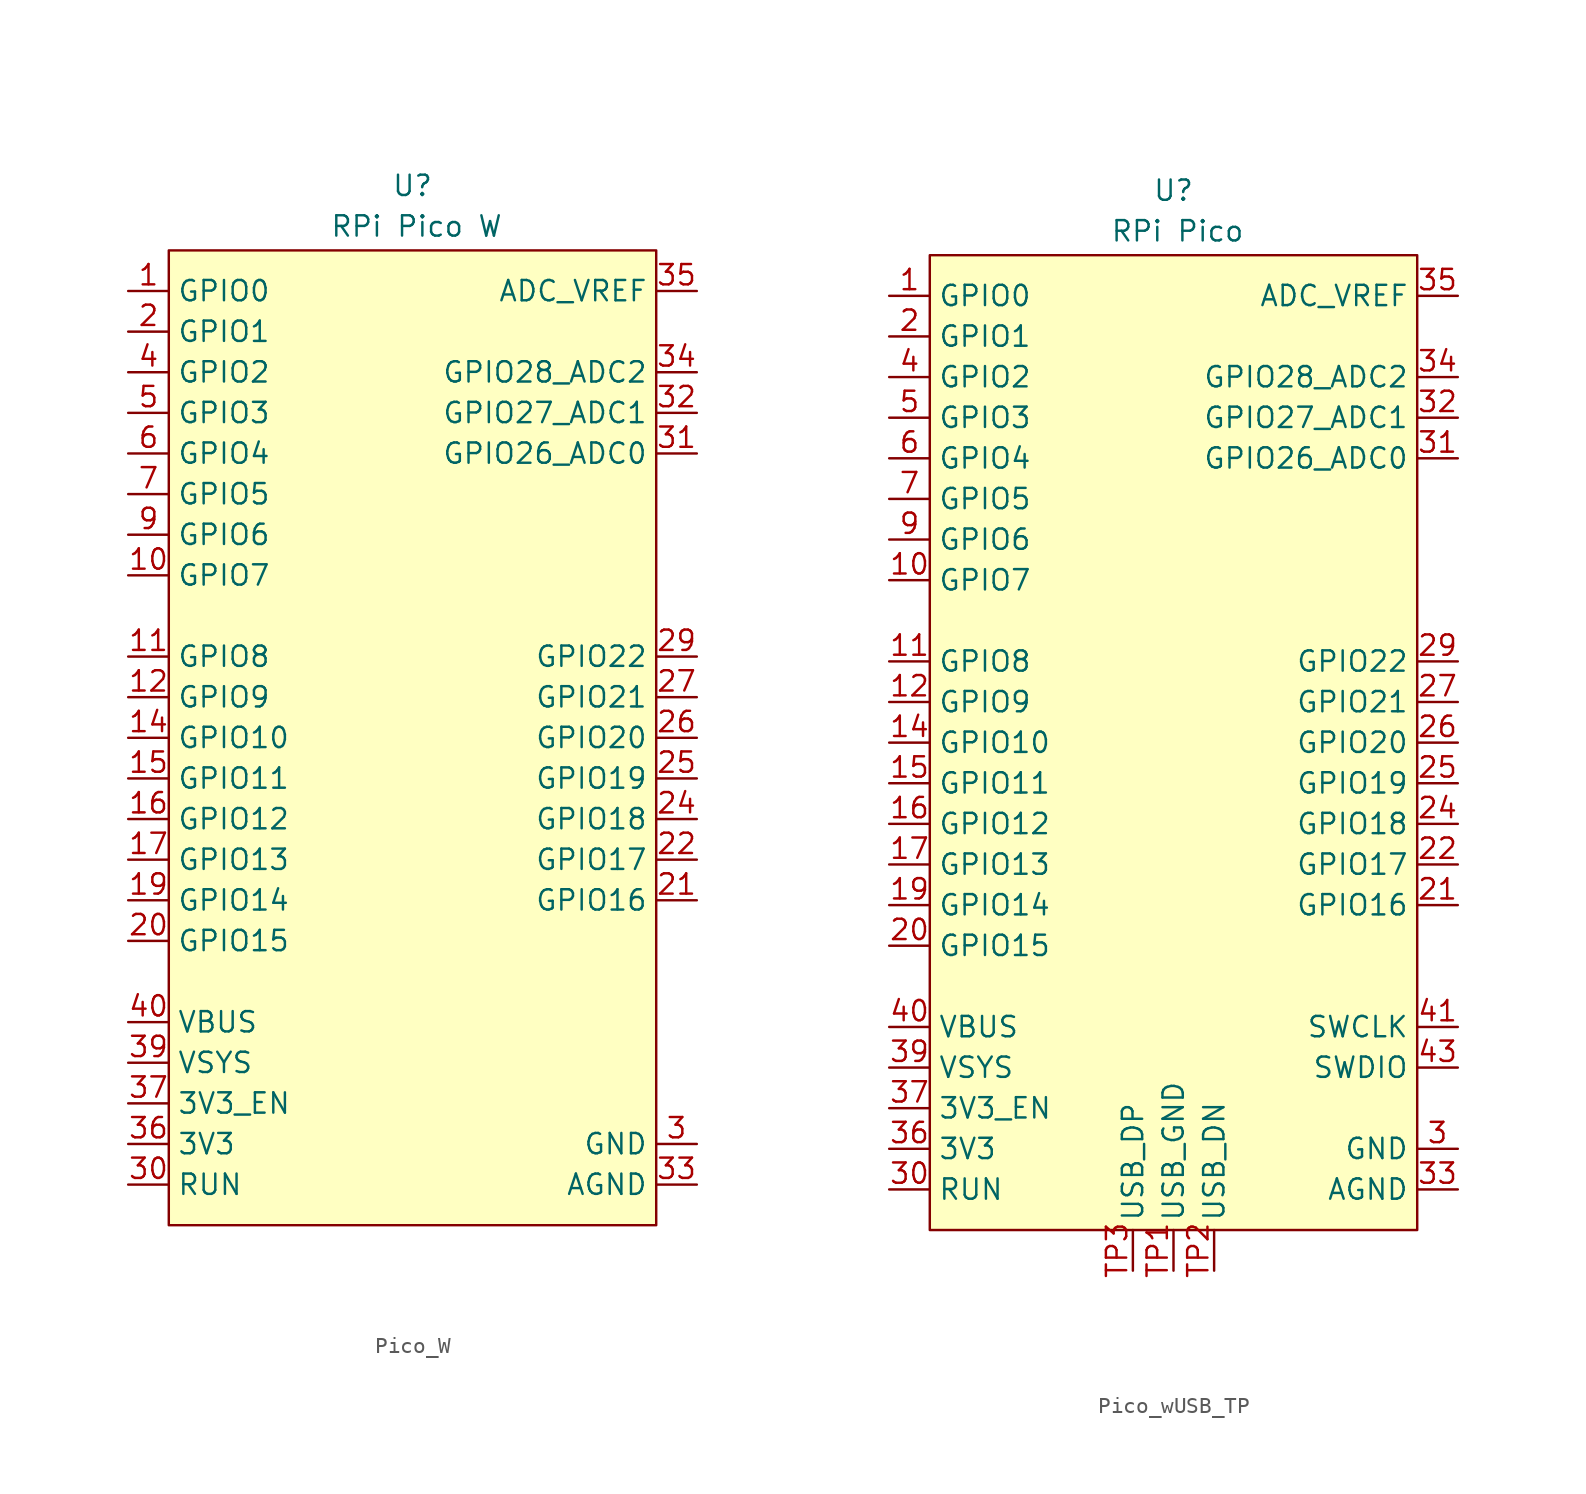
<source format=kicad_sym>
(kicad_symbol_lib
  (version 20241209)
  (generator "kicad_symbol_editor")
  (generator_version "9.0")
  (symbol "Pico_W"
    (property "Reference" "U"
      (at 0 29.972 0)
      (effects (font (size 1.27 1.27)) (justify bottom)))
    (property "Value" "RPi Pico W"
      (at 0.254 27.432 0)
      (effects (font (size 1.27 1.27)) (justify bottom)))
    (symbol "Pico_W_0_1"
      (rectangle (start -15.24 26.67) (end 15.24 -34.29) (stroke (width 0) (type default)) (fill (type background))))
    (symbol "Pico_W_1_1"
      (pin bidirectional line (at -17.78 24.13 0) (length 2.54) (name "GPIO0" (effects (font (size 1.27 1.27)))) (number "1" (effects (font (size 1.27 1.27)))))
      (pin bidirectional line (at -17.78 21.59 0) (length 2.54) (name "GPIO1" (effects (font (size 1.27 1.27)))) (number "2" (effects (font (size 1.27 1.27)))))
      (pin bidirectional line (at -17.78 19.05 0) (length 2.54) (name "GPIO2" (effects (font (size 1.27 1.27)))) (number "4" (effects (font (size 1.27 1.27)))))
      (pin bidirectional line (at -17.78 16.51 0) (length 2.54) (name "GPIO3" (effects (font (size 1.27 1.27)))) (number "5" (effects (font (size 1.27 1.27)))))
      (pin bidirectional line (at -17.78 13.97 0) (length 2.54) (name "GPIO4" (effects (font (size 1.27 1.27)))) (number "6" (effects (font (size 1.27 1.27)))))
      (pin bidirectional line (at -17.78 11.43 0) (length 2.54) (name "GPIO5" (effects (font (size 1.27 1.27)))) (number "7" (effects (font (size 1.27 1.27)))))
      (pin bidirectional line (at -17.78 8.89 0) (length 2.54) (name "GPIO6" (effects (font (size 1.27 1.27)))) (number "9" (effects (font (size 1.27 1.27)))))
      (pin bidirectional line (at -17.78 6.35 0) (length 2.54) (name "GPIO7" (effects (font (size 1.27 1.27)))) (number "10" (effects (font (size 1.27 1.27)))))
      (pin bidirectional line (at -17.78 1.27 0) (length 2.54) (name "GPIO8" (effects (font (size 1.27 1.27)))) (number "11" (effects (font (size 1.27 1.27)))))
      (pin bidirectional line (at -17.78 -1.27 0) (length 2.54) (name "GPIO9" (effects (font (size 1.27 1.27)))) (number "12" (effects (font (size 1.27 1.27)))))
      (pin bidirectional line (at -17.78 -3.81 0) (length 2.54) (name "GPIO10" (effects (font (size 1.27 1.27)))) (number "14" (effects (font (size 1.27 1.27)))))
      (pin bidirectional line (at -17.78 -6.35 0) (length 2.54) (name "GPIO11" (effects (font (size 1.27 1.27)))) (number "15" (effects (font (size 1.27 1.27)))))
      (pin bidirectional line (at -17.78 -8.89 0) (length 2.54) (name "GPIO12" (effects (font (size 1.27 1.27)))) (number "16" (effects (font (size 1.27 1.27)))))
      (pin bidirectional line (at -17.78 -11.43 0) (length 2.54) (name "GPIO13" (effects (font (size 1.27 1.27)))) (number "17" (effects (font (size 1.27 1.27)))))
      (pin bidirectional line (at -17.78 -13.97 0) (length 2.54) (name "GPIO14" (effects (font (size 1.27 1.27)))) (number "19" (effects (font (size 1.27 1.27)))))
      (pin bidirectional line (at -17.78 -16.51 0) (length 2.54) (name "GPIO15" (effects (font (size 1.27 1.27)))) (number "20" (effects (font (size 1.27 1.27)))))
      (pin power_in line (at -17.78 -21.59 0) (length 2.54) (name "VBUS" (effects (font (size 1.27 1.27)))) (number "40" (effects (font (size 1.27 1.27)))))
      (pin power_in line (at -17.78 -24.13 0) (length 2.54) (name "VSYS" (effects (font (size 1.27 1.27)))) (number "39" (effects (font (size 1.27 1.27)))))
      (pin input line (at -17.78 -26.67 0) (length 2.54) (name "3V3_EN" (effects (font (size 1.27 1.27)))) (number "37" (effects (font (size 1.27 1.27)))))
      (pin power_in line (at -17.78 -29.21 0) (length 2.54) (name "3V3" (effects (font (size 1.27 1.27)))) (number "36" (effects (font (size 1.27 1.27)))))
      (pin input line (at -17.78 -31.75 0) (length 2.54) (name "RUN" (effects (font (size 1.27 1.27)))) (number "30" (effects (font (size 1.27 1.27)))))
      (pin input line (at 17.78 24.13 180) (length 2.54) (name "ADC_VREF" (effects (font (size 1.27 1.27)))) (number "35" (effects (font (size 1.27 1.27)))))
      (pin bidirectional line (at 17.78 19.05 180) (length 2.54) (name "GPIO28_ADC2" (effects (font (size 1.27 1.27)))) (number "34" (effects (font (size 1.27 1.27)))))
      (pin bidirectional line (at 17.78 16.51 180) (length 2.54) (name "GPIO27_ADC1" (effects (font (size 1.27 1.27)))) (number "32" (effects (font (size 1.27 1.27)))))
      (pin bidirectional line (at 17.78 13.97 180) (length 2.54) (name "GPIO26_ADC0" (effects (font (size 1.27 1.27)))) (number "31" (effects (font (size 1.27 1.27)))))
      (pin bidirectional line (at 17.78 1.27 180) (length 2.54) (name "GPIO22" (effects (font (size 1.27 1.27)))) (number "29" (effects (font (size 1.27 1.27)))))
      (pin bidirectional line (at 17.78 -1.27 180) (length 2.54) (name "GPIO21" (effects (font (size 1.27 1.27)))) (number "27" (effects (font (size 1.27 1.27)))))
      (pin bidirectional line (at 17.78 -3.81 180) (length 2.54) (name "GPIO20" (effects (font (size 1.27 1.27)))) (number "26" (effects (font (size 1.27 1.27)))))
      (pin bidirectional line (at 17.78 -6.35 180) (length 2.54) (name "GPIO19" (effects (font (size 1.27 1.27)))) (number "25" (effects (font (size 1.27 1.27)))))
      (pin bidirectional line (at 17.78 -8.89 180) (length 2.54) (name "GPIO18" (effects (font (size 1.27 1.27)))) (number "24" (effects (font (size 1.27 1.27)))))
      (pin bidirectional line (at 17.78 -11.43 180) (length 2.54) (name "GPIO17" (effects (font (size 1.27 1.27)))) (number "22" (effects (font (size 1.27 1.27)))))
      (pin bidirectional line (at 17.78 -13.97 180) (length 2.54) (name "GPIO16" (effects (font (size 1.27 1.27)))) (number "21" (effects (font (size 1.27 1.27)))))
      (pin passive line (at 17.78 -29.21 180) (length 2.54) (hide yes) (name "GND" (effects (font (size 1.27 1.27)))) (number "13" (effects (font (size 1.27 1.27)))))
      (pin passive line (at 17.78 -29.21 180) (length 2.54) (hide yes) (name "GND" (effects (font (size 1.27 1.27)))) (number "18" (effects (font (size 1.27 1.27)))))
      (pin passive line (at 17.78 -29.21 180) (length 2.54) (hide yes) (name "GND" (effects (font (size 1.27 1.27)))) (number "23" (effects (font (size 1.27 1.27)))))
      (pin passive line (at 17.78 -29.21 180) (length 2.54) (hide yes) (name "GND" (effects (font (size 1.27 1.27)))) (number "28" (effects (font (size 1.27 1.27)))))
      (pin passive line (at 17.78 -29.21 180) (length 2.54) (name "GND" (effects (font (size 1.27 1.27)))) (number "3" (effects (font (size 1.27 1.27)))))
      (pin passive line (at 17.78 -29.21 180) (length 2.54) (hide yes) (name "GND" (effects (font (size 1.27 1.27)))) (number "38" (effects (font (size 1.27 1.27)))))
      (pin passive line (at 17.78 -29.21 180) (length 2.54) (hide yes) (name "GND" (effects (font (size 1.27 1.27)))) (number "8" (effects (font (size 1.27 1.27)))))
      (pin passive line (at 17.78 -31.75 180) (length 2.54) (name "AGND" (effects (font (size 1.27 1.27)))) (number "33" (effects (font (size 1.27 1.27)))))))
  (symbol "Pico_wUSB_TP"
    (property "Reference" "U"
      (at 0 29.972 0)
      (effects (font (size 1.27 1.27)) (justify bottom)))
    (property "Value" "RPi Pico"
      (at 0.254 27.432 0)
      (effects (font (size 1.27 1.27)) (justify bottom)))
    (symbol "Pico_wUSB_TP_0_1"
      (rectangle (start -15.24 26.67) (end 15.24 -34.29) (stroke (width 0) (type default)) (fill (type background))))
    (symbol "Pico_wUSB_TP_1_1"
      (pin bidirectional line (at -17.78 24.13 0) (length 2.54) (name "GPIO0" (effects (font (size 1.27 1.27)))) (number "1" (effects (font (size 1.27 1.27)))))
      (pin bidirectional line (at -17.78 21.59 0) (length 2.54) (name "GPIO1" (effects (font (size 1.27 1.27)))) (number "2" (effects (font (size 1.27 1.27)))))
      (pin bidirectional line (at -17.78 19.05 0) (length 2.54) (name "GPIO2" (effects (font (size 1.27 1.27)))) (number "4" (effects (font (size 1.27 1.27)))))
      (pin bidirectional line (at -17.78 16.51 0) (length 2.54) (name "GPIO3" (effects (font (size 1.27 1.27)))) (number "5" (effects (font (size 1.27 1.27)))))
      (pin bidirectional line (at -17.78 13.97 0) (length 2.54) (name "GPIO4" (effects (font (size 1.27 1.27)))) (number "6" (effects (font (size 1.27 1.27)))))
      (pin bidirectional line (at -17.78 11.43 0) (length 2.54) (name "GPIO5" (effects (font (size 1.27 1.27)))) (number "7" (effects (font (size 1.27 1.27)))))
      (pin bidirectional line (at -17.78 8.89 0) (length 2.54) (name "GPIO6" (effects (font (size 1.27 1.27)))) (number "9" (effects (font (size 1.27 1.27)))))
      (pin bidirectional line (at -17.78 6.35 0) (length 2.54) (name "GPIO7" (effects (font (size 1.27 1.27)))) (number "10" (effects (font (size 1.27 1.27)))))
      (pin bidirectional line (at -17.78 1.27 0) (length 2.54) (name "GPIO8" (effects (font (size 1.27 1.27)))) (number "11" (effects (font (size 1.27 1.27)))))
      (pin bidirectional line (at -17.78 -1.27 0) (length 2.54) (name "GPIO9" (effects (font (size 1.27 1.27)))) (number "12" (effects (font (size 1.27 1.27)))))
      (pin bidirectional line (at -17.78 -3.81 0) (length 2.54) (name "GPIO10" (effects (font (size 1.27 1.27)))) (number "14" (effects (font (size 1.27 1.27)))))
      (pin bidirectional line (at -17.78 -6.35 0) (length 2.54) (name "GPIO11" (effects (font (size 1.27 1.27)))) (number "15" (effects (font (size 1.27 1.27)))))
      (pin bidirectional line (at -17.78 -8.89 0) (length 2.54) (name "GPIO12" (effects (font (size 1.27 1.27)))) (number "16" (effects (font (size 1.27 1.27)))))
      (pin bidirectional line (at -17.78 -11.43 0) (length 2.54) (name "GPIO13" (effects (font (size 1.27 1.27)))) (number "17" (effects (font (size 1.27 1.27)))))
      (pin bidirectional line (at -17.78 -13.97 0) (length 2.54) (name "GPIO14" (effects (font (size 1.27 1.27)))) (number "19" (effects (font (size 1.27 1.27)))))
      (pin bidirectional line (at -17.78 -16.51 0) (length 2.54) (name "GPIO15" (effects (font (size 1.27 1.27)))) (number "20" (effects (font (size 1.27 1.27)))))
      (pin power_in line (at -17.78 -21.59 0) (length 2.54) (name "VBUS" (effects (font (size 1.27 1.27)))) (number "40" (effects (font (size 1.27 1.27)))))
      (pin power_in line (at -17.78 -24.13 0) (length 2.54) (name "VSYS" (effects (font (size 1.27 1.27)))) (number "39" (effects (font (size 1.27 1.27)))))
      (pin input line (at -17.78 -26.67 0) (length 2.54) (name "3V3_EN" (effects (font (size 1.27 1.27)))) (number "37" (effects (font (size 1.27 1.27)))))
      (pin power_in line (at -17.78 -29.21 0) (length 2.54) (name "3V3" (effects (font (size 1.27 1.27)))) (number "36" (effects (font (size 1.27 1.27)))))
      (pin input line (at -17.78 -31.75 0) (length 2.54) (name "RUN" (effects (font (size 1.27 1.27)))) (number "30" (effects (font (size 1.27 1.27)))))
      (pin bidirectional line (at -2.54 -36.83 90) (length 2.54) (name "USB_DP" (effects (font (size 1.27 1.27)))) (number "TP3" (effects (font (size 1.27 1.27)))))
      (pin passive line (at 0 -36.83 90) (length 2.54) (name "USB_GND" (effects (font (size 1.27 1.27)))) (number "TP1" (effects (font (size 1.27 1.27)))))
      (pin bidirectional line (at 2.54 -36.83 90) (length 2.54) (name "USB_DN" (effects (font (size 1.27 1.27)))) (number "TP2" (effects (font (size 1.27 1.27)))))
      (pin input line (at 17.78 24.13 180) (length 2.54) (name "ADC_VREF" (effects (font (size 1.27 1.27)))) (number "35" (effects (font (size 1.27 1.27)))))
      (pin bidirectional line (at 17.78 19.05 180) (length 2.54) (name "GPIO28_ADC2" (effects (font (size 1.27 1.27)))) (number "34" (effects (font (size 1.27 1.27)))))
      (pin bidirectional line (at 17.78 16.51 180) (length 2.54) (name "GPIO27_ADC1" (effects (font (size 1.27 1.27)))) (number "32" (effects (font (size 1.27 1.27)))))
      (pin bidirectional line (at 17.78 13.97 180) (length 2.54) (name "GPIO26_ADC0" (effects (font (size 1.27 1.27)))) (number "31" (effects (font (size 1.27 1.27)))))
      (pin bidirectional line (at 17.78 1.27 180) (length 2.54) (name "GPIO22" (effects (font (size 1.27 1.27)))) (number "29" (effects (font (size 1.27 1.27)))))
      (pin bidirectional line (at 17.78 -1.27 180) (length 2.54) (name "GPIO21" (effects (font (size 1.27 1.27)))) (number "27" (effects (font (size 1.27 1.27)))))
      (pin bidirectional line (at 17.78 -3.81 180) (length 2.54) (name "GPIO20" (effects (font (size 1.27 1.27)))) (number "26" (effects (font (size 1.27 1.27)))))
      (pin bidirectional line (at 17.78 -6.35 180) (length 2.54) (name "GPIO19" (effects (font (size 1.27 1.27)))) (number "25" (effects (font (size 1.27 1.27)))))
      (pin bidirectional line (at 17.78 -8.89 180) (length 2.54) (name "GPIO18" (effects (font (size 1.27 1.27)))) (number "24" (effects (font (size 1.27 1.27)))))
      (pin bidirectional line (at 17.78 -11.43 180) (length 2.54) (name "GPIO17" (effects (font (size 1.27 1.27)))) (number "22" (effects (font (size 1.27 1.27)))))
      (pin bidirectional line (at 17.78 -13.97 180) (length 2.54) (name "GPIO16" (effects (font (size 1.27 1.27)))) (number "21" (effects (font (size 1.27 1.27)))))
      (pin input line (at 17.78 -21.59 180) (length 2.54) (name "SWCLK" (effects (font (size 1.27 1.27)))) (number "41" (effects (font (size 1.27 1.27)))))
      (pin bidirectional line (at 17.78 -24.13 180) (length 2.54) (name "SWDIO" (effects (font (size 1.27 1.27)))) (number "43" (effects (font (size 1.27 1.27)))))
      (pin passive line (at 17.78 -29.21 180) (length 2.54) (hide yes) (name "GND" (effects (font (size 1.27 1.27)))) (number "13" (effects (font (size 1.27 1.27)))))
      (pin passive line (at 17.78 -29.21 180) (length 2.54) (hide yes) (name "GND" (effects (font (size 1.27 1.27)))) (number "18" (effects (font (size 1.27 1.27)))))
      (pin passive line (at 17.78 -29.21 180) (length 2.54) (hide yes) (name "GND" (effects (font (size 1.27 1.27)))) (number "23" (effects (font (size 1.27 1.27)))))
      (pin passive line (at 17.78 -29.21 180) (length 2.54) (hide yes) (name "GND" (effects (font (size 1.27 1.27)))) (number "28" (effects (font (size 1.27 1.27)))))
      (pin passive line (at 17.78 -29.21 180) (length 2.54) (name "GND" (effects (font (size 1.27 1.27)))) (number "3" (effects (font (size 1.27 1.27)))))
      (pin passive line (at 17.78 -29.21 180) (length 2.54) (hide yes) (name "GND" (effects (font (size 1.27 1.27)))) (number "38" (effects (font (size 1.27 1.27)))))
      (pin passive line (at 17.78 -29.21 180) (length 2.54) (hide yes) (name "GND" (effects (font (size 1.27 1.27)))) (number "42" (effects (font (size 1.27 1.27)))))
      (pin passive line (at 17.78 -29.21 180) (length 2.54) (hide yes) (name "GND" (effects (font (size 1.27 1.27)))) (number "8" (effects (font (size 1.27 1.27)))))
      (pin passive line (at 17.78 -31.75 180) (length 2.54) (name "AGND" (effects (font (size 1.27 1.27)))) (number "33" (effects (font (size 1.27 1.27))))))))
</source>
